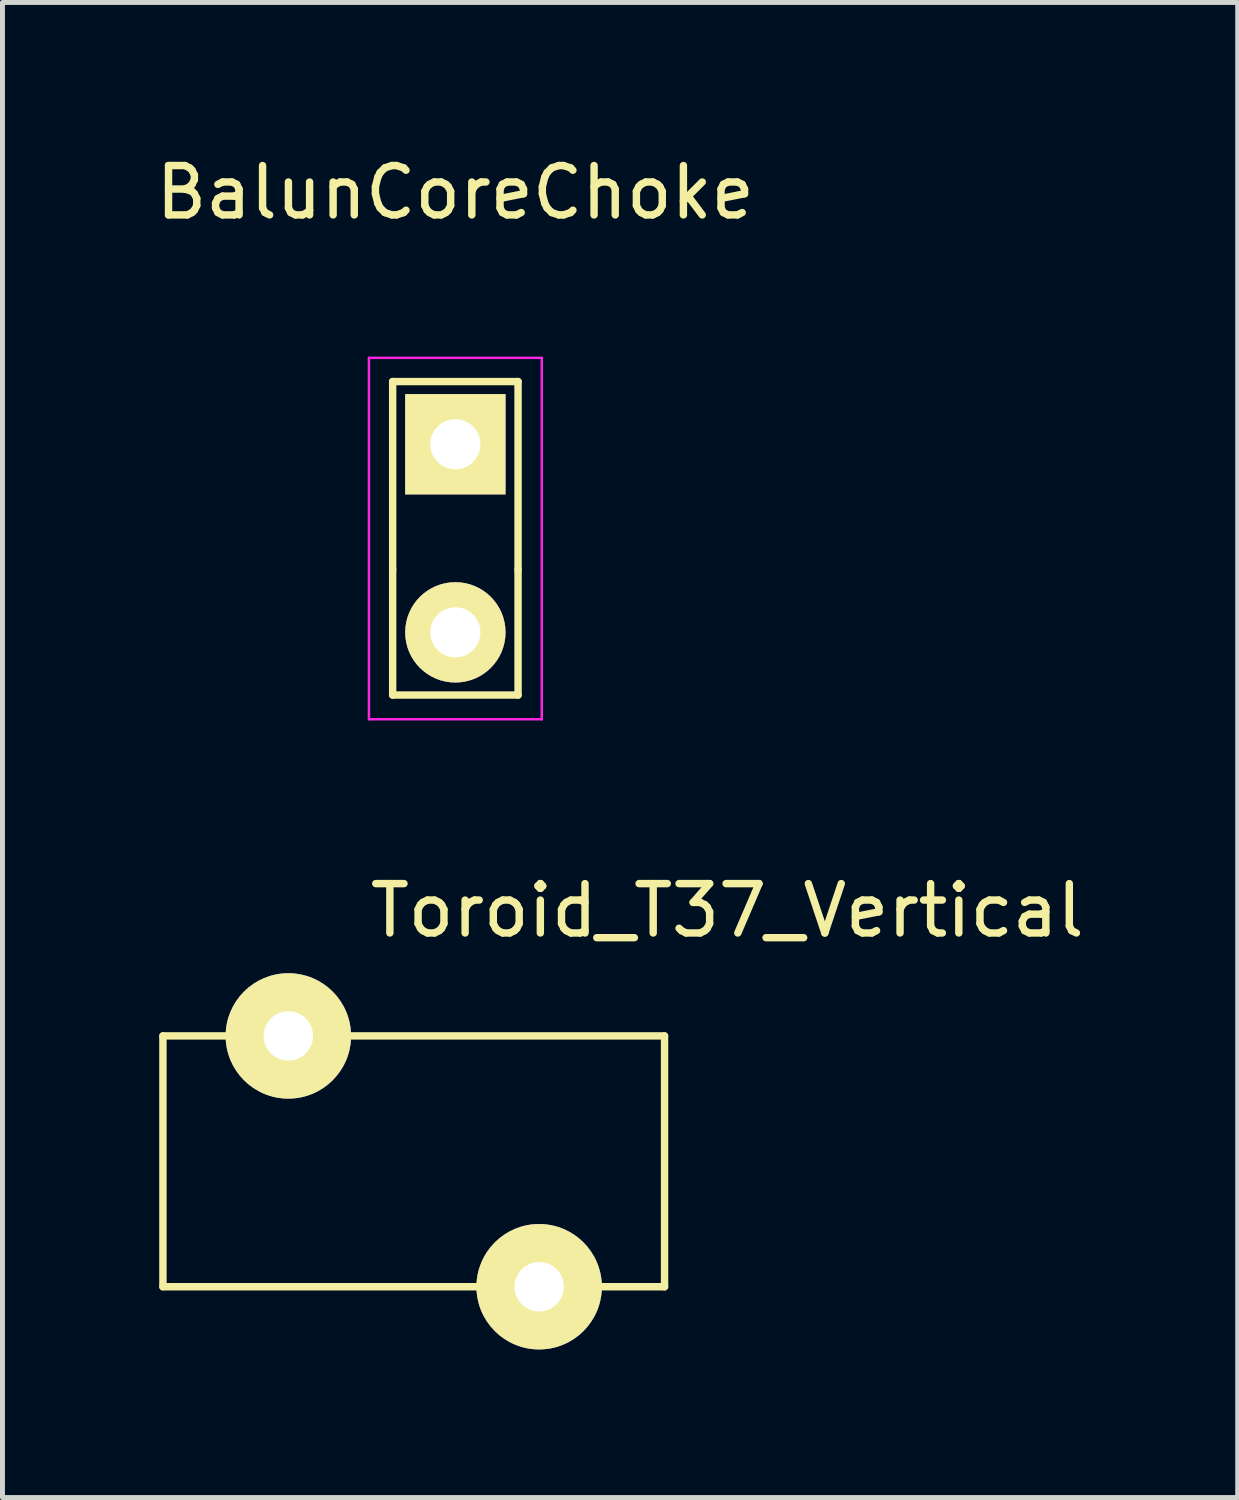
<source format=kicad_pcb>
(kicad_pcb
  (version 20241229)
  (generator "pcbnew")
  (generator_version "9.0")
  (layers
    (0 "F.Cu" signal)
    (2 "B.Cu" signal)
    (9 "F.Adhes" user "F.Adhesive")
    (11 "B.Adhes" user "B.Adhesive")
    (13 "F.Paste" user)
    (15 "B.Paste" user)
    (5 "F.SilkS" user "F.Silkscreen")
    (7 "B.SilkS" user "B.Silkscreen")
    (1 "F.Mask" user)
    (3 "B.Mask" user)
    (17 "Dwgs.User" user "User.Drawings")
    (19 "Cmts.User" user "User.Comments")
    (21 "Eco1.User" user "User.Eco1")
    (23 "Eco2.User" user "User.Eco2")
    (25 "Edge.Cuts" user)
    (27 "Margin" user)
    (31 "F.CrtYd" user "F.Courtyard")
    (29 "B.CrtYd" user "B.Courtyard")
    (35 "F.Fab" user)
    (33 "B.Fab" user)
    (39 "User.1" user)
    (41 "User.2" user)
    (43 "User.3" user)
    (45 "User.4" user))
  (footprint "BalunCoreChoke"
    (placed yes)
    (layer "F.Cu")
    (at 6.173 5.948)
    (property "Reference" "BalunCoreChoke" (at 0 -5.1 0) (layer "F.SilkS") (effects (font (size 1 1) (thickness 0.15))))
    (attr through_hole)
    (fp_line (start -1.27 2.54) (end -1.27 -1.27) (stroke (width 0.15) (type solid)) (layer "F.SilkS"))
    (fp_line (start -1.27 2.54) (end -1.27 5.08) (stroke (width 0.15) (type solid)) (layer "F.SilkS"))
    (fp_line (start -1.27 5.08) (end 1.27 5.08) (stroke (width 0.15) (type solid)) (layer "F.SilkS"))
    (fp_line (start 1.27 -1.27) (end -1.27 -1.27) (stroke (width 0.15) (type solid)) (layer "F.SilkS"))
    (fp_line (start 1.27 -1.27) (end 1.27 2.54) (stroke (width 0.15) (type solid)) (layer "F.SilkS"))
    (fp_line (start 1.27 2.54) (end 1.27 5.08) (stroke (width 0.15) (type solid)) (layer "F.SilkS"))
    (fp_line (start -1.75 -1.75) (end -1.75 5.57) (stroke (width 0.05) (type solid)) (layer "F.CrtYd"))
    (fp_line (start -1.75 -1.75) (end 1.75 -1.75) (stroke (width 0.05) (type solid)) (layer "F.CrtYd"))
    (fp_line (start -1.75 5.57) (end 1.75 5.57) (stroke (width 0.05) (type solid)) (layer "F.CrtYd"))
    (fp_line (start 1.75 -1.75) (end 1.75 5.57) (stroke (width 0.05) (type solid)) (layer "F.CrtYd"))
    (pad "1" thru_hole rect (at 0 0) (size 2.032 2.032) (drill 1.016) (layers "*.Cu" "*.Mask" "F.SilkS"))
    (pad "2" thru_hole oval (at 0 3.81) (size 2.032 2.032) (drill 1.016) (layers "*.Cu" "*.Mask" "F.SilkS")))
  (footprint "Toroid_T37_Vertical"
    (layer "F.Cu")
    (at 0.25 23.012)
    (property "Reference" "Toroid_T37_Vertical" (at 11.43 -7.62 0) (layer "F.SilkS") (effects (font (size 1 1) (thickness 0.15))))
    (attr through_hole)
    (fp_line (start 0 -5.08) (end 0 0) (stroke (width 0.15) (type solid)) (layer "F.SilkS"))
    (fp_line (start 0 -5.08) (end 1.27 -5.08) (stroke (width 0.15) (type solid)) (layer "F.SilkS"))
    (fp_line (start 0 0) (end 6.35 0) (stroke (width 0.15) (type solid)) (layer "F.SilkS"))
    (fp_line (start 10.16 -5.08) (end 3.81 -5.08) (stroke (width 0.15) (type solid)) (layer "F.SilkS"))
    (fp_line (start 10.16 0) (end 8.89 0) (stroke (width 0.15) (type solid)) (layer "F.SilkS"))
    (fp_line (start 10.16 0) (end 10.16 -5.08) (stroke (width 0.15) (type solid)) (layer "F.SilkS"))
    (pad "1" thru_hole circle (at 7.62 0) (size 2.54 2.54) (drill 1.001) (layers "*.Cu" "*.Mask" "F.SilkS"))
    (pad "2" thru_hole circle (at 2.54 -5.08) (size 2.54 2.54) (drill 1.001) (layers "*.Cu" "*.Mask" "F.SilkS")))
  (gr_rect
    (start -3 -3)
    (end 22.019 27.282)
    (stroke (width 0.1) (type default))
    (fill no)
    (layer "Edge.Cuts")))
</source>
